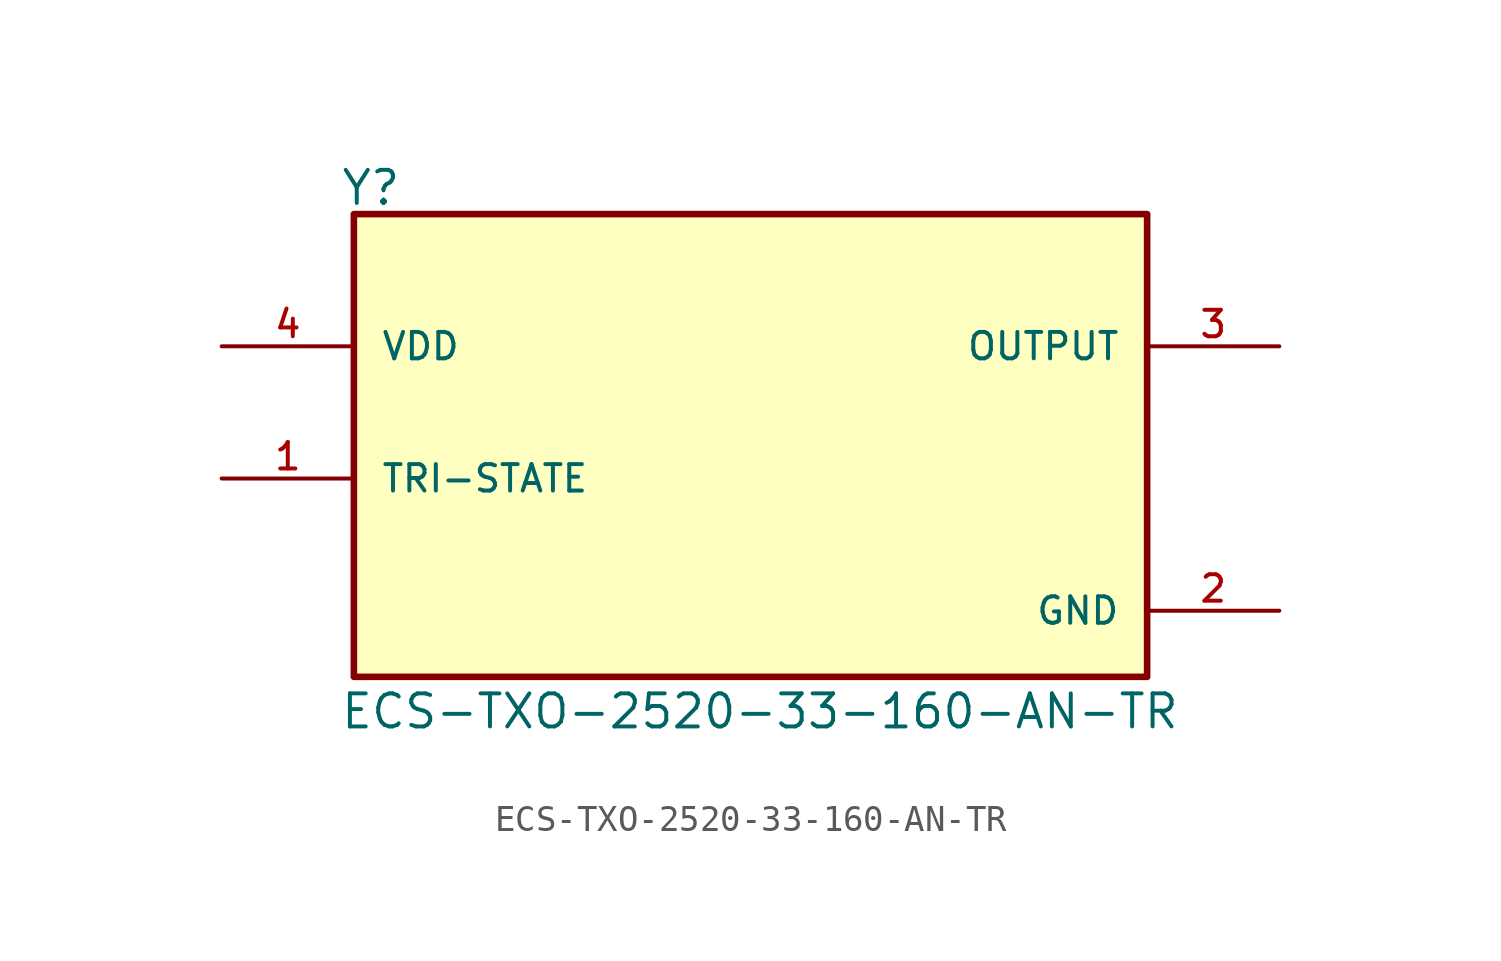
<source format=kicad_sym>
(kicad_symbol_lib
  (version 20211014)
  (generator kicad_symbol_editor)
  (symbol "ECS-TXO-2520-33-160-AN-TR"
    (pin_names
      (offset 1.016))
    (property "Reference" "Y"
      (at -15.774 7.887 0)
      (effects (font (size 1.27 1.27)) (justify bottom left)))
    (property "Value" "ECS-TXO-2520-33-160-AN-TR"
      (at -15.795 -12.229 0)
      (effects (font (size 1.27 1.27)) (justify bottom left)))
    (symbol "ECS-TXO-2520-33-160-AN-TR_0_0"
      (rectangle (start -15.24 -10.16) (end 15.24 7.62) (stroke (width 0.254)) (fill (type background)))
      (pin input line (at -20.32 -2.54 0) (length 5.08) (name "TRI-STATE" (effects (font (size 1.016 1.016)))) (number "1" (effects (font (size 1.016 1.016)))))
      (pin output line (at 20.32 2.54 180.0) (length 5.08) (name "OUTPUT" (effects (font (size 1.016 1.016)))) (number "3" (effects (font (size 1.016 1.016)))))
      (pin input line (at -20.32 2.54 0) (length 5.08) (name "VDD" (effects (font (size 1.016 1.016)))) (number "4" (effects (font (size 1.016 1.016)))))
      (pin power_in line (at 20.32 -7.62 180.0) (length 5.08) (name "GND" (effects (font (size 1.016 1.016)))) (number "2" (effects (font (size 1.016 1.016))))))))
</source>
